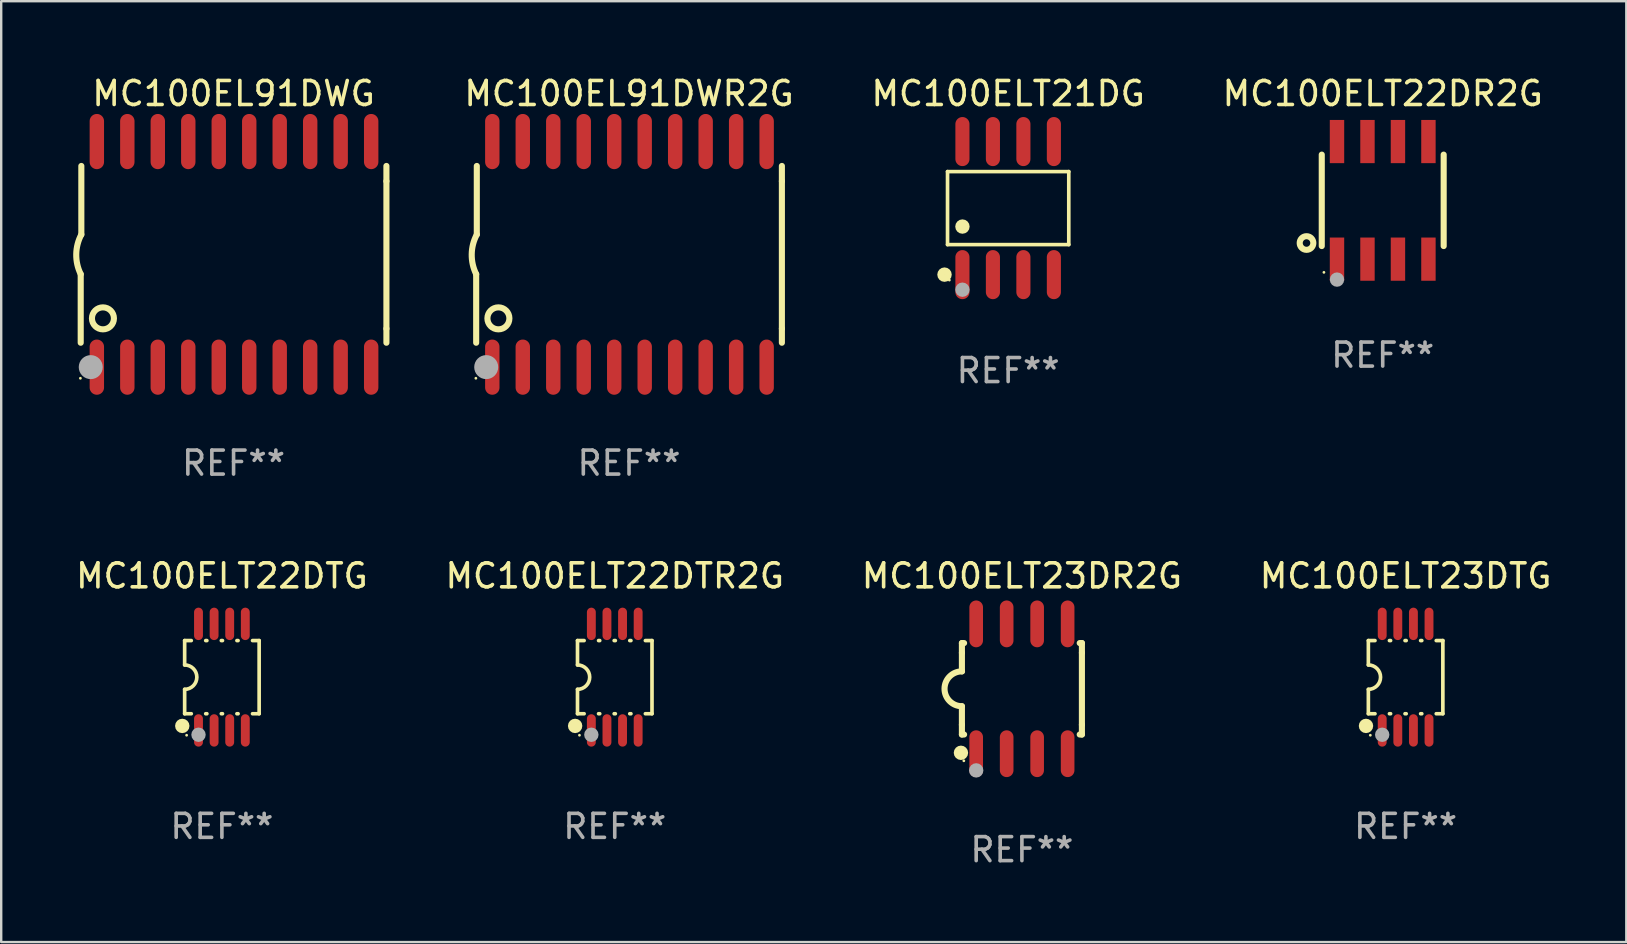
<source format=kicad_pcb>
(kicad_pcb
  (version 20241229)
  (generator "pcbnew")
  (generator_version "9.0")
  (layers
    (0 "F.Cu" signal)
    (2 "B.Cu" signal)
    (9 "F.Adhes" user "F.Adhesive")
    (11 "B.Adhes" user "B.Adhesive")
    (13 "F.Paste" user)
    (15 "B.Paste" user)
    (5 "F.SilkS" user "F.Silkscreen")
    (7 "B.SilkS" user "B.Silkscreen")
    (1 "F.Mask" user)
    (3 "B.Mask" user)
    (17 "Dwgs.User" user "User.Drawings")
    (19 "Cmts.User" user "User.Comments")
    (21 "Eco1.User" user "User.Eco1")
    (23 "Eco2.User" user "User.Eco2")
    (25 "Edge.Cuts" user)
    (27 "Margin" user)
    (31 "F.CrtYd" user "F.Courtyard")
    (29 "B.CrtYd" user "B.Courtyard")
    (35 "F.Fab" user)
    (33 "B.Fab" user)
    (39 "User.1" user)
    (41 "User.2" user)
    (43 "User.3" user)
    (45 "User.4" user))
  (footprint "MC100EL91DWG"
    (layer "F.Cu")
    (at 6.682 7.548)
    (property "Reference" "MC100EL91DWG" (at 0 -6.7 0) (layer "F.SilkS") (effects (font (size 1 1) (thickness 0.15))))
    (attr through_hole)
    (fp_line (start -6.369 0.826) (end -6.369 3.683) (stroke (width 0.254) (type solid)) (layer "F.SilkS"))
    (fp_line (start -6.343 -0.825) (end -6.343 -3.683) (stroke (width 0.254) (type solid)) (layer "F.SilkS"))
    (fp_line (start 6.369 -3.048) (end 6.369 -3.683) (stroke (width 0.254) (type solid)) (layer "F.SilkS"))
    (fp_line (start 6.369 -3.048) (end 6.369 3.096) (stroke (width 0.254) (type solid)) (layer "F.SilkS"))
    (fp_line (start 6.369 3.096) (end 6.369 3.683) (stroke (width 0.254) (type solid)) (layer "F.SilkS"))
    (fp_arc (start -6.36853 0.825552) (mid -6.554743 -0.00301) (end -6.343129 -0.825451) (stroke (width 0.254001) (type solid)) (layer "F.SilkS"))
    (fp_circle (center -6.382 5.163) (end -6.352 5.163) (stroke (width 0.06) (type solid)) (fill no) (layer "F.SilkS"))
    (fp_circle (center -5.443 2.667) (end -4.985 2.667) (stroke (width 0.254) (type solid)) (fill no) (layer "F.SilkS"))
    (fp_circle (center -5.951 4.699) (end -5.701 4.699) (stroke (width 0.5) (type solid)) (fill no) (layer "F.Fab"))
    (fp_text user "REF**" (at 0 8.7 0) (layer "F.Fab") (effects (font (size 1 1) (thickness 0.15))))
    (pad "1" smd oval (at -5.697 4.7 180) (size 0.6 2.3) (layers "F.Cu" "F.Mask" "F.Paste"))
    (pad "2" smd oval (at -4.427 4.7 180) (size 0.6 2.3) (layers "F.Cu" "F.Mask" "F.Paste"))
    (pad "3" smd oval (at -3.157 4.7 180) (size 0.6 2.3) (layers "F.Cu" "F.Mask" "F.Paste"))
    (pad "4" smd oval (at -1.887 4.7 180) (size 0.6 2.3) (layers "F.Cu" "F.Mask" "F.Paste"))
    (pad "5" smd oval (at -0.617 4.7 180) (size 0.6 2.3) (layers "F.Cu" "F.Mask" "F.Paste"))
    (pad "6" smd oval (at 0.653 4.7 180) (size 0.6 2.3) (layers "F.Cu" "F.Mask" "F.Paste"))
    (pad "7" smd oval (at 1.923 4.7 180) (size 0.6 2.3) (layers "F.Cu" "F.Mask" "F.Paste"))
    (pad "8" smd oval (at 3.193 4.7 180) (size 0.6 2.3) (layers "F.Cu" "F.Mask" "F.Paste"))
    (pad "9" smd oval (at 4.463 4.7 180) (size 0.6 2.3) (layers "F.Cu" "F.Mask" "F.Paste"))
    (pad "10" smd oval (at 5.734 4.7 180) (size 0.6 2.3) (layers "F.Cu" "F.Mask" "F.Paste"))
    (pad "11" smd oval (at 5.734 -4.7 180) (size 0.6 2.3) (layers "F.Cu" "F.Mask" "F.Paste"))
    (pad "12" smd oval (at 4.463 -4.7 180) (size 0.6 2.3) (layers "F.Cu" "F.Mask" "F.Paste"))
    (pad "13" smd oval (at 3.193 -4.7 180) (size 0.6 2.3) (layers "F.Cu" "F.Mask" "F.Paste"))
    (pad "14" smd oval (at 1.923 -4.7 180) (size 0.6 2.3) (layers "F.Cu" "F.Mask" "F.Paste"))
    (pad "15" smd oval (at 0.653 -4.7 180) (size 0.6 2.3) (layers "F.Cu" "F.Mask" "F.Paste"))
    (pad "16" smd oval (at -0.617 -4.7 180) (size 0.6 2.3) (layers "F.Cu" "F.Mask" "F.Paste"))
    (pad "17" smd oval (at -1.887 -4.7 180) (size 0.6 2.3) (layers "F.Cu" "F.Mask" "F.Paste"))
    (pad "18" smd oval (at -3.157 -4.7 180) (size 0.6 2.3) (layers "F.Cu" "F.Mask" "F.Paste"))
    (pad "19" smd oval (at -4.427 -4.7 180) (size 0.6 2.3) (layers "F.Cu" "F.Mask" "F.Paste"))
    (pad "20" smd oval (at -5.697 -4.7 180) (size 0.6 2.3) (layers "F.Cu" "F.Mask" "F.Paste")))
  (footprint "MC100EL91DWR2G"
    (layer "F.Cu")
    (at 23.16 7.548)
    (property "Reference" "MC100EL91DWR2G" (at 0 -6.7 0) (layer "F.SilkS") (effects (font (size 1 1) (thickness 0.15))))
    (attr through_hole)
    (fp_line (start -6.369 0.826) (end -6.369 3.683) (stroke (width 0.254) (type solid)) (layer "F.SilkS"))
    (fp_line (start -6.343 -0.825) (end -6.343 -3.683) (stroke (width 0.254) (type solid)) (layer "F.SilkS"))
    (fp_line (start 6.369 -3.048) (end 6.369 -3.683) (stroke (width 0.254) (type solid)) (layer "F.SilkS"))
    (fp_line (start 6.369 -3.048) (end 6.369 3.096) (stroke (width 0.254) (type solid)) (layer "F.SilkS"))
    (fp_line (start 6.369 3.096) (end 6.369 3.683) (stroke (width 0.254) (type solid)) (layer "F.SilkS"))
    (fp_arc (start -6.36853 0.825552) (mid -6.554743 -0.00301) (end -6.343129 -0.825451) (stroke (width 0.254001) (type solid)) (layer "F.SilkS"))
    (fp_circle (center -6.382 5.163) (end -6.352 5.163) (stroke (width 0.06) (type solid)) (fill no) (layer "F.SilkS"))
    (fp_circle (center -5.443 2.667) (end -4.985 2.667) (stroke (width 0.254) (type solid)) (fill no) (layer "F.SilkS"))
    (fp_circle (center -5.951 4.699) (end -5.701 4.699) (stroke (width 0.5) (type solid)) (fill no) (layer "F.Fab"))
    (fp_text user "REF**" (at 0 8.7 0) (layer "F.Fab") (effects (font (size 1 1) (thickness 0.15))))
    (pad "1" smd oval (at -5.697 4.7 180) (size 0.6 2.3) (layers "F.Cu" "F.Mask" "F.Paste"))
    (pad "2" smd oval (at -4.427 4.7 180) (size 0.6 2.3) (layers "F.Cu" "F.Mask" "F.Paste"))
    (pad "3" smd oval (at -3.157 4.7 180) (size 0.6 2.3) (layers "F.Cu" "F.Mask" "F.Paste"))
    (pad "4" smd oval (at -1.887 4.7 180) (size 0.6 2.3) (layers "F.Cu" "F.Mask" "F.Paste"))
    (pad "5" smd oval (at -0.617 4.7 180) (size 0.6 2.3) (layers "F.Cu" "F.Mask" "F.Paste"))
    (pad "6" smd oval (at 0.653 4.7 180) (size 0.6 2.3) (layers "F.Cu" "F.Mask" "F.Paste"))
    (pad "7" smd oval (at 1.923 4.7 180) (size 0.6 2.3) (layers "F.Cu" "F.Mask" "F.Paste"))
    (pad "8" smd oval (at 3.193 4.7 180) (size 0.6 2.3) (layers "F.Cu" "F.Mask" "F.Paste"))
    (pad "9" smd oval (at 4.463 4.7 180) (size 0.6 2.3) (layers "F.Cu" "F.Mask" "F.Paste"))
    (pad "10" smd oval (at 5.734 4.7 180) (size 0.6 2.3) (layers "F.Cu" "F.Mask" "F.Paste"))
    (pad "11" smd oval (at 5.734 -4.7 180) (size 0.6 2.3) (layers "F.Cu" "F.Mask" "F.Paste"))
    (pad "12" smd oval (at 4.463 -4.7 180) (size 0.6 2.3) (layers "F.Cu" "F.Mask" "F.Paste"))
    (pad "13" smd oval (at 3.193 -4.7 180) (size 0.6 2.3) (layers "F.Cu" "F.Mask" "F.Paste"))
    (pad "14" smd oval (at 1.923 -4.7 180) (size 0.6 2.3) (layers "F.Cu" "F.Mask" "F.Paste"))
    (pad "15" smd oval (at 0.653 -4.7 180) (size 0.6 2.3) (layers "F.Cu" "F.Mask" "F.Paste"))
    (pad "16" smd oval (at -0.617 -4.7 180) (size 0.6 2.3) (layers "F.Cu" "F.Mask" "F.Paste"))
    (pad "17" smd oval (at -1.887 -4.7 180) (size 0.6 2.3) (layers "F.Cu" "F.Mask" "F.Paste"))
    (pad "18" smd oval (at -3.157 -4.7 180) (size 0.6 2.3) (layers "F.Cu" "F.Mask" "F.Paste"))
    (pad "19" smd oval (at -4.427 -4.7 180) (size 0.6 2.3) (layers "F.Cu" "F.Mask" "F.Paste"))
    (pad "20" smd oval (at -5.697 -4.7 180) (size 0.6 2.3) (layers "F.Cu" "F.Mask" "F.Paste")))
  (footprint "MC100ELT22DR2G"
    (layer "F.Cu")
    (at 54.564 5.298)
    (property "Reference" "MC100ELT22DR2G" (at 0 -4.45 0) (layer "F.SilkS") (effects (font (size 1 1) (thickness 0.15))))
    (attr through_hole)
    (fp_line (start -2.54 -1.905) (end -2.54 1.905) (stroke (width 0.254) (type solid)) (layer "F.SilkS"))
    (fp_line (start 2.54 -1.905) (end 2.54 1.905) (stroke (width 0.254) (type solid)) (layer "F.SilkS"))
    (fp_circle (center -3.175 1.778) (end -2.891 1.778) (stroke (width 0.254) (type solid)) (fill no) (layer "F.SilkS"))
    (fp_circle (center -2.45 3) (end -2.42 3) (stroke (width 0.06) (type solid)) (fill no) (layer "F.SilkS"))
    (fp_circle (center -1.905 3.302) (end -1.755 3.302) (stroke (width 0.3) (type solid)) (fill no) (layer "F.Fab"))
    (fp_text user "REF**" (at 0 6.45 0) (layer "F.Fab") (effects (font (size 1 1) (thickness 0.15))))
    (pad "1" smd rect (at -1.905 2.45) (size 0.6 1.8) (layers "F.Cu" "F.Mask" "F.Paste"))
    (pad "2" smd rect (at -0.635 2.45) (size 0.6 1.8) (layers "F.Cu" "F.Mask" "F.Paste"))
    (pad "3" smd rect (at 0.635 2.45) (size 0.6 1.8) (layers "F.Cu" "F.Mask" "F.Paste"))
    (pad "4" smd rect (at 1.905 2.45) (size 0.6 1.8) (layers "F.Cu" "F.Mask" "F.Paste"))
    (pad "5" smd rect (at 1.905 -2.45 180) (size 0.6 1.8) (layers "F.Cu" "F.Mask" "F.Paste"))
    (pad "6" smd rect (at 0.635 -2.45 180) (size 0.6 1.8) (layers "F.Cu" "F.Mask" "F.Paste"))
    (pad "7" smd rect (at -0.635 -2.45 180) (size 0.6 1.8) (layers "F.Cu" "F.Mask" "F.Paste"))
    (pad "8" smd rect (at -1.905 -2.45 180) (size 0.6 1.8) (layers "F.Cu" "F.Mask" "F.Paste")))
  (footprint "MC100ELT23DR2G"
    (layer "F.Cu")
    (at 39.53 25.65)
    (property "Reference" "MC100ELT23DR2G" (at 0 -4.705 0) (layer "F.SilkS") (effects (font (size 1 1) (thickness 0.15))))
    (attr through_hole)
    (fp_line (start -2.5 -1.905) (end -2.409 -1.905) (stroke (width 0.254) (type solid)) (layer "F.SilkS"))
    (fp_line (start -2.5 -1.5) (end -2.5 -1.905) (stroke (width 0.254) (type solid)) (layer "F.SilkS"))
    (fp_line (start -2.5 -1.5) (end -2.5 -0.726) (stroke (width 0.254) (type solid)) (layer "F.SilkS"))
    (fp_line (start -2.5 1.5) (end -2.5 0.727) (stroke (width 0.254) (type solid)) (layer "F.SilkS"))
    (fp_line (start -2.5 1.5) (end -2.5 1.905) (stroke (width 0.254) (type solid)) (layer "F.SilkS"))
    (fp_line (start -2.5 1.905) (end -2.409 1.905) (stroke (width 0.254) (type solid)) (layer "F.SilkS"))
    (fp_line (start 2.5 -1.905) (end 2.409 -1.905) (stroke (width 0.254) (type solid)) (layer "F.SilkS"))
    (fp_line (start 2.5 -1.5) (end 2.5 -1.905) (stroke (width 0.254) (type solid)) (layer "F.SilkS"))
    (fp_line (start 2.5 -1.5) (end 2.5 1.5) (stroke (width 0.254) (type solid)) (layer "F.SilkS"))
    (fp_line (start 2.5 1.5) (end 2.5 1.905) (stroke (width 0.254) (type solid)) (layer "F.SilkS"))
    (fp_line (start 2.5 1.905) (end 2.409 1.905) (stroke (width 0.254) (type solid)) (layer "F.SilkS"))
    (fp_arc (start -2.5 0.726568) (mid -3.220316 -0.0023) (end -2.495097 -0.726289) (stroke (width 0.254001) (type solid)) (layer "F.SilkS"))
    (fp_circle (center -2.54 2.667) (end -2.39 2.667) (stroke (width 0.3) (type solid)) (fill no) (layer "F.SilkS"))
    (fp_circle (center -2.42 3) (end -2.39 3) (stroke (width 0.06) (type solid)) (fill no) (layer "F.SilkS"))
    (fp_circle (center -1.905 3.4) (end -1.755 3.4) (stroke (width 0.3) (type solid)) (fill no) (layer "F.Fab"))
    (fp_text user "REF**" (at 0 6.705 0) (layer "F.Fab") (effects (font (size 1 1) (thickness 0.15))))
    (pad "1" smd oval (at -1.905 2.705) (size 0.568 1.95) (layers "F.Cu" "F.Mask" "F.Paste"))
    (pad "2" smd oval (at -0.635 2.705) (size 0.568 1.95) (layers "F.Cu" "F.Mask" "F.Paste"))
    (pad "3" smd oval (at 0.635 2.705) (size 0.568 1.95) (layers "F.Cu" "F.Mask" "F.Paste"))
    (pad "4" smd oval (at 1.905 2.705) (size 0.568 1.95) (layers "F.Cu" "F.Mask" "F.Paste"))
    (pad "5" smd oval (at 1.905 -2.705) (size 0.568 1.95) (layers "F.Cu" "F.Mask" "F.Paste"))
    (pad "6" smd oval (at 0.635 -2.705) (size 0.568 1.95) (layers "F.Cu" "F.Mask" "F.Paste"))
    (pad "7" smd oval (at -0.635 -2.705) (size 0.568 1.95) (layers "F.Cu" "F.Mask" "F.Paste"))
    (pad "8" smd oval (at -1.905 -2.705) (size 0.568 1.95) (layers "F.Cu" "F.Mask" "F.Paste")))
  (footprint "MC100ELT22DTG"
    (layer "F.Cu")
    (at 6.196 25.165)
    (property "Reference" "MC100ELT22DTG" (at 0 -4.22 0) (layer "F.SilkS") (effects (font (size 1 1) (thickness 0.15))))
    (attr through_hole)
    (fp_line (start -1.552 -1.524) (end -1.276 -1.524) (stroke (width 0.152) (type solid)) (layer "F.SilkS"))
    (fp_line (start -1.552 -0.508) (end -1.552 -1.524) (stroke (width 0.152) (type solid)) (layer "F.SilkS"))
    (fp_line (start -1.552 1.524) (end -1.552 0.508) (stroke (width 0.152) (type solid)) (layer "F.SilkS"))
    (fp_line (start -1.552 1.524) (end -1.276 1.524) (stroke (width 0.152) (type solid)) (layer "F.SilkS"))
    (fp_line (start -0.674 -1.524) (end -0.626 -1.524) (stroke (width 0.152) (type solid)) (layer "F.SilkS"))
    (fp_line (start -0.674 1.524) (end -0.626 1.524) (stroke (width 0.152) (type solid)) (layer "F.SilkS"))
    (fp_line (start -0.024 -1.524) (end 0.024 -1.524) (stroke (width 0.152) (type solid)) (layer "F.SilkS"))
    (fp_line (start -0.024 1.524) (end 0.024 1.524) (stroke (width 0.152) (type solid)) (layer "F.SilkS"))
    (fp_line (start 0.626 -1.524) (end 0.674 -1.524) (stroke (width 0.152) (type solid)) (layer "F.SilkS"))
    (fp_line (start 0.626 1.524) (end 0.674 1.524) (stroke (width 0.152) (type solid)) (layer "F.SilkS"))
    (fp_line (start 1.276 1.524) (end 1.552 1.524) (stroke (width 0.152) (type solid)) (layer "F.SilkS"))
    (fp_line (start 1.276 -1.524) (end 1.552 -1.524) (stroke (width 0.152) (type solid)) (layer "F.SilkS"))
    (fp_line (start 1.552 -1.524) (end 1.552 1.524) (stroke (width 0.152) (type solid)) (layer "F.SilkS"))
    (fp_arc (start -1.551943 -0.508001) (mid -1.043942 0) (end -1.551943 0.508001) (stroke (width 0.151994) (type solid)) (layer "F.SilkS"))
    (fp_circle (center -1.651 2.032) (end -1.501 2.032) (stroke (width 0.3) (type solid)) (fill no) (layer "F.SilkS"))
    (fp_circle (center -1.47 2.42) (end -1.44 2.42) (stroke (width 0.06) (type solid)) (fill no) (layer "F.SilkS"))
    (fp_circle (center -0.975 2.4) (end -0.825 2.4) (stroke (width 0.3) (type solid)) (fill no) (layer "F.Fab"))
    (fp_text user "REF**" (at 0 6.22 0) (layer "F.Fab") (effects (font (size 1 1) (thickness 0.15))))
    (pad "1" smd oval (at -0.975 2.22) (size 0.37 1.35) (layers "F.Cu" "F.Mask" "F.Paste"))
    (pad "2" smd oval (at -0.325 2.22) (size 0.37 1.35) (layers "F.Cu" "F.Mask" "F.Paste"))
    (pad "3" smd oval (at 0.325 2.22) (size 0.37 1.35) (layers "F.Cu" "F.Mask" "F.Paste"))
    (pad "4" smd oval (at 0.975 2.22) (size 0.37 1.35) (layers "F.Cu" "F.Mask" "F.Paste"))
    (pad "5" smd oval (at 0.975 -2.22) (size 0.37 1.35) (layers "F.Cu" "F.Mask" "F.Paste"))
    (pad "6" smd oval (at 0.325 -2.22) (size 0.37 1.35) (layers "F.Cu" "F.Mask" "F.Paste"))
    (pad "7" smd oval (at -0.325 -2.22) (size 0.37 1.35) (layers "F.Cu" "F.Mask" "F.Paste"))
    (pad "8" smd oval (at -0.975 -2.22) (size 0.37 1.35) (layers "F.Cu" "F.Mask" "F.Paste")))
  (footprint "MC100ELT23DTG"
    (layer "F.Cu")
    (at 55.518 25.165)
    (property "Reference" "MC100ELT23DTG" (at 0 -4.22 0) (layer "F.SilkS") (effects (font (size 1 1) (thickness 0.15))))
    (attr through_hole)
    (fp_line (start -1.552 -1.524) (end -1.276 -1.524) (stroke (width 0.152) (type solid)) (layer "F.SilkS"))
    (fp_line (start -1.552 -0.508) (end -1.552 -1.524) (stroke (width 0.152) (type solid)) (layer "F.SilkS"))
    (fp_line (start -1.552 1.524) (end -1.552 0.508) (stroke (width 0.152) (type solid)) (layer "F.SilkS"))
    (fp_line (start -1.552 1.524) (end -1.276 1.524) (stroke (width 0.152) (type solid)) (layer "F.SilkS"))
    (fp_line (start -0.674 -1.524) (end -0.626 -1.524) (stroke (width 0.152) (type solid)) (layer "F.SilkS"))
    (fp_line (start -0.674 1.524) (end -0.626 1.524) (stroke (width 0.152) (type solid)) (layer "F.SilkS"))
    (fp_line (start -0.024 -1.524) (end 0.024 -1.524) (stroke (width 0.152) (type solid)) (layer "F.SilkS"))
    (fp_line (start -0.024 1.524) (end 0.024 1.524) (stroke (width 0.152) (type solid)) (layer "F.SilkS"))
    (fp_line (start 0.626 -1.524) (end 0.674 -1.524) (stroke (width 0.152) (type solid)) (layer "F.SilkS"))
    (fp_line (start 0.626 1.524) (end 0.674 1.524) (stroke (width 0.152) (type solid)) (layer "F.SilkS"))
    (fp_line (start 1.276 1.524) (end 1.552 1.524) (stroke (width 0.152) (type solid)) (layer "F.SilkS"))
    (fp_line (start 1.276 -1.524) (end 1.552 -1.524) (stroke (width 0.152) (type solid)) (layer "F.SilkS"))
    (fp_line (start 1.552 -1.524) (end 1.552 1.524) (stroke (width 0.152) (type solid)) (layer "F.SilkS"))
    (fp_arc (start -1.551943 -0.508001) (mid -1.043942 0) (end -1.551943 0.508001) (stroke (width 0.151994) (type solid)) (layer "F.SilkS"))
    (fp_circle (center -1.651 2.032) (end -1.501 2.032) (stroke (width 0.3) (type solid)) (fill no) (layer "F.SilkS"))
    (fp_circle (center -1.47 2.42) (end -1.44 2.42) (stroke (width 0.06) (type solid)) (fill no) (layer "F.SilkS"))
    (fp_circle (center -0.975 2.4) (end -0.825 2.4) (stroke (width 0.3) (type solid)) (fill no) (layer "F.Fab"))
    (fp_text user "REF**" (at 0 6.22 0) (layer "F.Fab") (effects (font (size 1 1) (thickness 0.15))))
    (pad "1" smd oval (at -0.975 2.22) (size 0.37 1.35) (layers "F.Cu" "F.Mask" "F.Paste"))
    (pad "2" smd oval (at -0.325 2.22) (size 0.37 1.35) (layers "F.Cu" "F.Mask" "F.Paste"))
    (pad "3" smd oval (at 0.325 2.22) (size 0.37 1.35) (layers "F.Cu" "F.Mask" "F.Paste"))
    (pad "4" smd oval (at 0.975 2.22) (size 0.37 1.35) (layers "F.Cu" "F.Mask" "F.Paste"))
    (pad "5" smd oval (at 0.975 -2.22) (size 0.37 1.35) (layers "F.Cu" "F.Mask" "F.Paste"))
    (pad "6" smd oval (at 0.325 -2.22) (size 0.37 1.35) (layers "F.Cu" "F.Mask" "F.Paste"))
    (pad "7" smd oval (at -0.325 -2.22) (size 0.37 1.35) (layers "F.Cu" "F.Mask" "F.Paste"))
    (pad "8" smd oval (at -0.975 -2.22) (size 0.37 1.35) (layers "F.Cu" "F.Mask" "F.Paste")))
  (footprint "MC100ELT21DG"
    (layer "F.Cu")
    (at 38.957 5.621)
    (property "Reference" "MC100ELT21DG" (at 0 -4.772 0) (layer "F.SilkS") (effects (font (size 1 1) (thickness 0.15))))
    (attr through_hole)
    (fp_line (start -2.526 -1.521) (end 2.526 -1.521) (stroke (width 0.152) (type solid)) (layer "F.SilkS"))
    (fp_line (start -2.526 1.521) (end -2.526 -1.521) (stroke (width 0.152) (type solid)) (layer "F.SilkS"))
    (fp_line (start 2.526 -1.521) (end 2.526 1.521) (stroke (width 0.152) (type solid)) (layer "F.SilkS"))
    (fp_line (start 2.526 1.521) (end -2.526 1.521) (stroke (width 0.152) (type solid)) (layer "F.SilkS"))
    (fp_circle (center -2.652 2.772) (end -2.501 2.772) (stroke (width 0.3) (type solid)) (fill no) (layer "F.SilkS"))
    (fp_circle (center -2.45 3) (end -2.42 3) (stroke (width 0.06) (type solid)) (fill no) (layer "F.SilkS"))
    (fp_circle (center -1.905 0.769) (end -1.755 0.769) (stroke (width 0.3) (type solid)) (fill no) (layer "F.SilkS"))
    (fp_circle (center -1.905 3.4) (end -1.755 3.4) (stroke (width 0.3) (type solid)) (fill no) (layer "F.Fab"))
    (fp_text user "REF**" (at 0 6.772 0) (layer "F.Fab") (effects (font (size 1 1) (thickness 0.15))))
    (pad "1" smd oval (at -1.905 2.772) (size 0.588 2.045) (layers "F.Cu" "F.Mask" "F.Paste"))
    (pad "2" smd oval (at -0.635 2.772) (size 0.588 2.045) (layers "F.Cu" "F.Mask" "F.Paste"))
    (pad "3" smd oval (at 0.635 2.772) (size 0.588 2.045) (layers "F.Cu" "F.Mask" "F.Paste"))
    (pad "4" smd oval (at 1.905 2.772) (size 0.588 2.045) (layers "F.Cu" "F.Mask" "F.Paste"))
    (pad "5" smd oval (at 1.905 -2.772) (size 0.588 2.045) (layers "F.Cu" "F.Mask" "F.Paste"))
    (pad "6" smd oval (at 0.635 -2.772) (size 0.588 2.045) (layers "F.Cu" "F.Mask" "F.Paste"))
    (pad "7" smd oval (at -0.635 -2.772) (size 0.588 2.045) (layers "F.Cu" "F.Mask" "F.Paste"))
    (pad "8" smd oval (at -1.905 -2.772) (size 0.588 2.045) (layers "F.Cu" "F.Mask" "F.Paste")))
  (footprint "MC100ELT22DTR2G"
    (layer "F.Cu")
    (at 22.565 25.165)
    (property "Reference" "MC100ELT22DTR2G" (at 0 -4.22 0) (layer "F.SilkS") (effects (font (size 1 1) (thickness 0.15))))
    (attr through_hole)
    (fp_line (start -1.552 -1.524) (end -1.276 -1.524) (stroke (width 0.152) (type solid)) (layer "F.SilkS"))
    (fp_line (start -1.552 -0.508) (end -1.552 -1.524) (stroke (width 0.152) (type solid)) (layer "F.SilkS"))
    (fp_line (start -1.552 1.524) (end -1.552 0.508) (stroke (width 0.152) (type solid)) (layer "F.SilkS"))
    (fp_line (start -1.552 1.524) (end -1.276 1.524) (stroke (width 0.152) (type solid)) (layer "F.SilkS"))
    (fp_line (start -0.674 -1.524) (end -0.626 -1.524) (stroke (width 0.152) (type solid)) (layer "F.SilkS"))
    (fp_line (start -0.674 1.524) (end -0.626 1.524) (stroke (width 0.152) (type solid)) (layer "F.SilkS"))
    (fp_line (start -0.024 -1.524) (end 0.024 -1.524) (stroke (width 0.152) (type solid)) (layer "F.SilkS"))
    (fp_line (start -0.024 1.524) (end 0.024 1.524) (stroke (width 0.152) (type solid)) (layer "F.SilkS"))
    (fp_line (start 0.626 -1.524) (end 0.674 -1.524) (stroke (width 0.152) (type solid)) (layer "F.SilkS"))
    (fp_line (start 0.626 1.524) (end 0.674 1.524) (stroke (width 0.152) (type solid)) (layer "F.SilkS"))
    (fp_line (start 1.276 1.524) (end 1.552 1.524) (stroke (width 0.152) (type solid)) (layer "F.SilkS"))
    (fp_line (start 1.276 -1.524) (end 1.552 -1.524) (stroke (width 0.152) (type solid)) (layer "F.SilkS"))
    (fp_line (start 1.552 -1.524) (end 1.552 1.524) (stroke (width 0.152) (type solid)) (layer "F.SilkS"))
    (fp_arc (start -1.551943 -0.508001) (mid -1.043942 0) (end -1.551943 0.508001) (stroke (width 0.151994) (type solid)) (layer "F.SilkS"))
    (fp_circle (center -1.651 2.032) (end -1.501 2.032) (stroke (width 0.3) (type solid)) (fill no) (layer "F.SilkS"))
    (fp_circle (center -1.47 2.42) (end -1.44 2.42) (stroke (width 0.06) (type solid)) (fill no) (layer "F.SilkS"))
    (fp_circle (center -0.975 2.4) (end -0.825 2.4) (stroke (width 0.3) (type solid)) (fill no) (layer "F.Fab"))
    (fp_text user "REF**" (at 0 6.22 0) (layer "F.Fab") (effects (font (size 1 1) (thickness 0.15))))
    (pad "1" smd oval (at -0.975 2.22) (size 0.37 1.35) (layers "F.Cu" "F.Mask" "F.Paste"))
    (pad "2" smd oval (at -0.325 2.22) (size 0.37 1.35) (layers "F.Cu" "F.Mask" "F.Paste"))
    (pad "3" smd oval (at 0.325 2.22) (size 0.37 1.35) (layers "F.Cu" "F.Mask" "F.Paste"))
    (pad "4" smd oval (at 0.975 2.22) (size 0.37 1.35) (layers "F.Cu" "F.Mask" "F.Paste"))
    (pad "5" smd oval (at 0.975 -2.22) (size 0.37 1.35) (layers "F.Cu" "F.Mask" "F.Paste"))
    (pad "6" smd oval (at 0.325 -2.22) (size 0.37 1.35) (layers "F.Cu" "F.Mask" "F.Paste"))
    (pad "7" smd oval (at -0.325 -2.22) (size 0.37 1.35) (layers "F.Cu" "F.Mask" "F.Paste"))
    (pad "8" smd oval (at -0.975 -2.22) (size 0.37 1.35) (layers "F.Cu" "F.Mask" "F.Paste")))
  (gr_rect
    (start -3 -3)
    (end 64.714 36.203)
    (stroke (width 0.1) (type default))
    (fill no)
    (layer "Edge.Cuts")))
</source>
